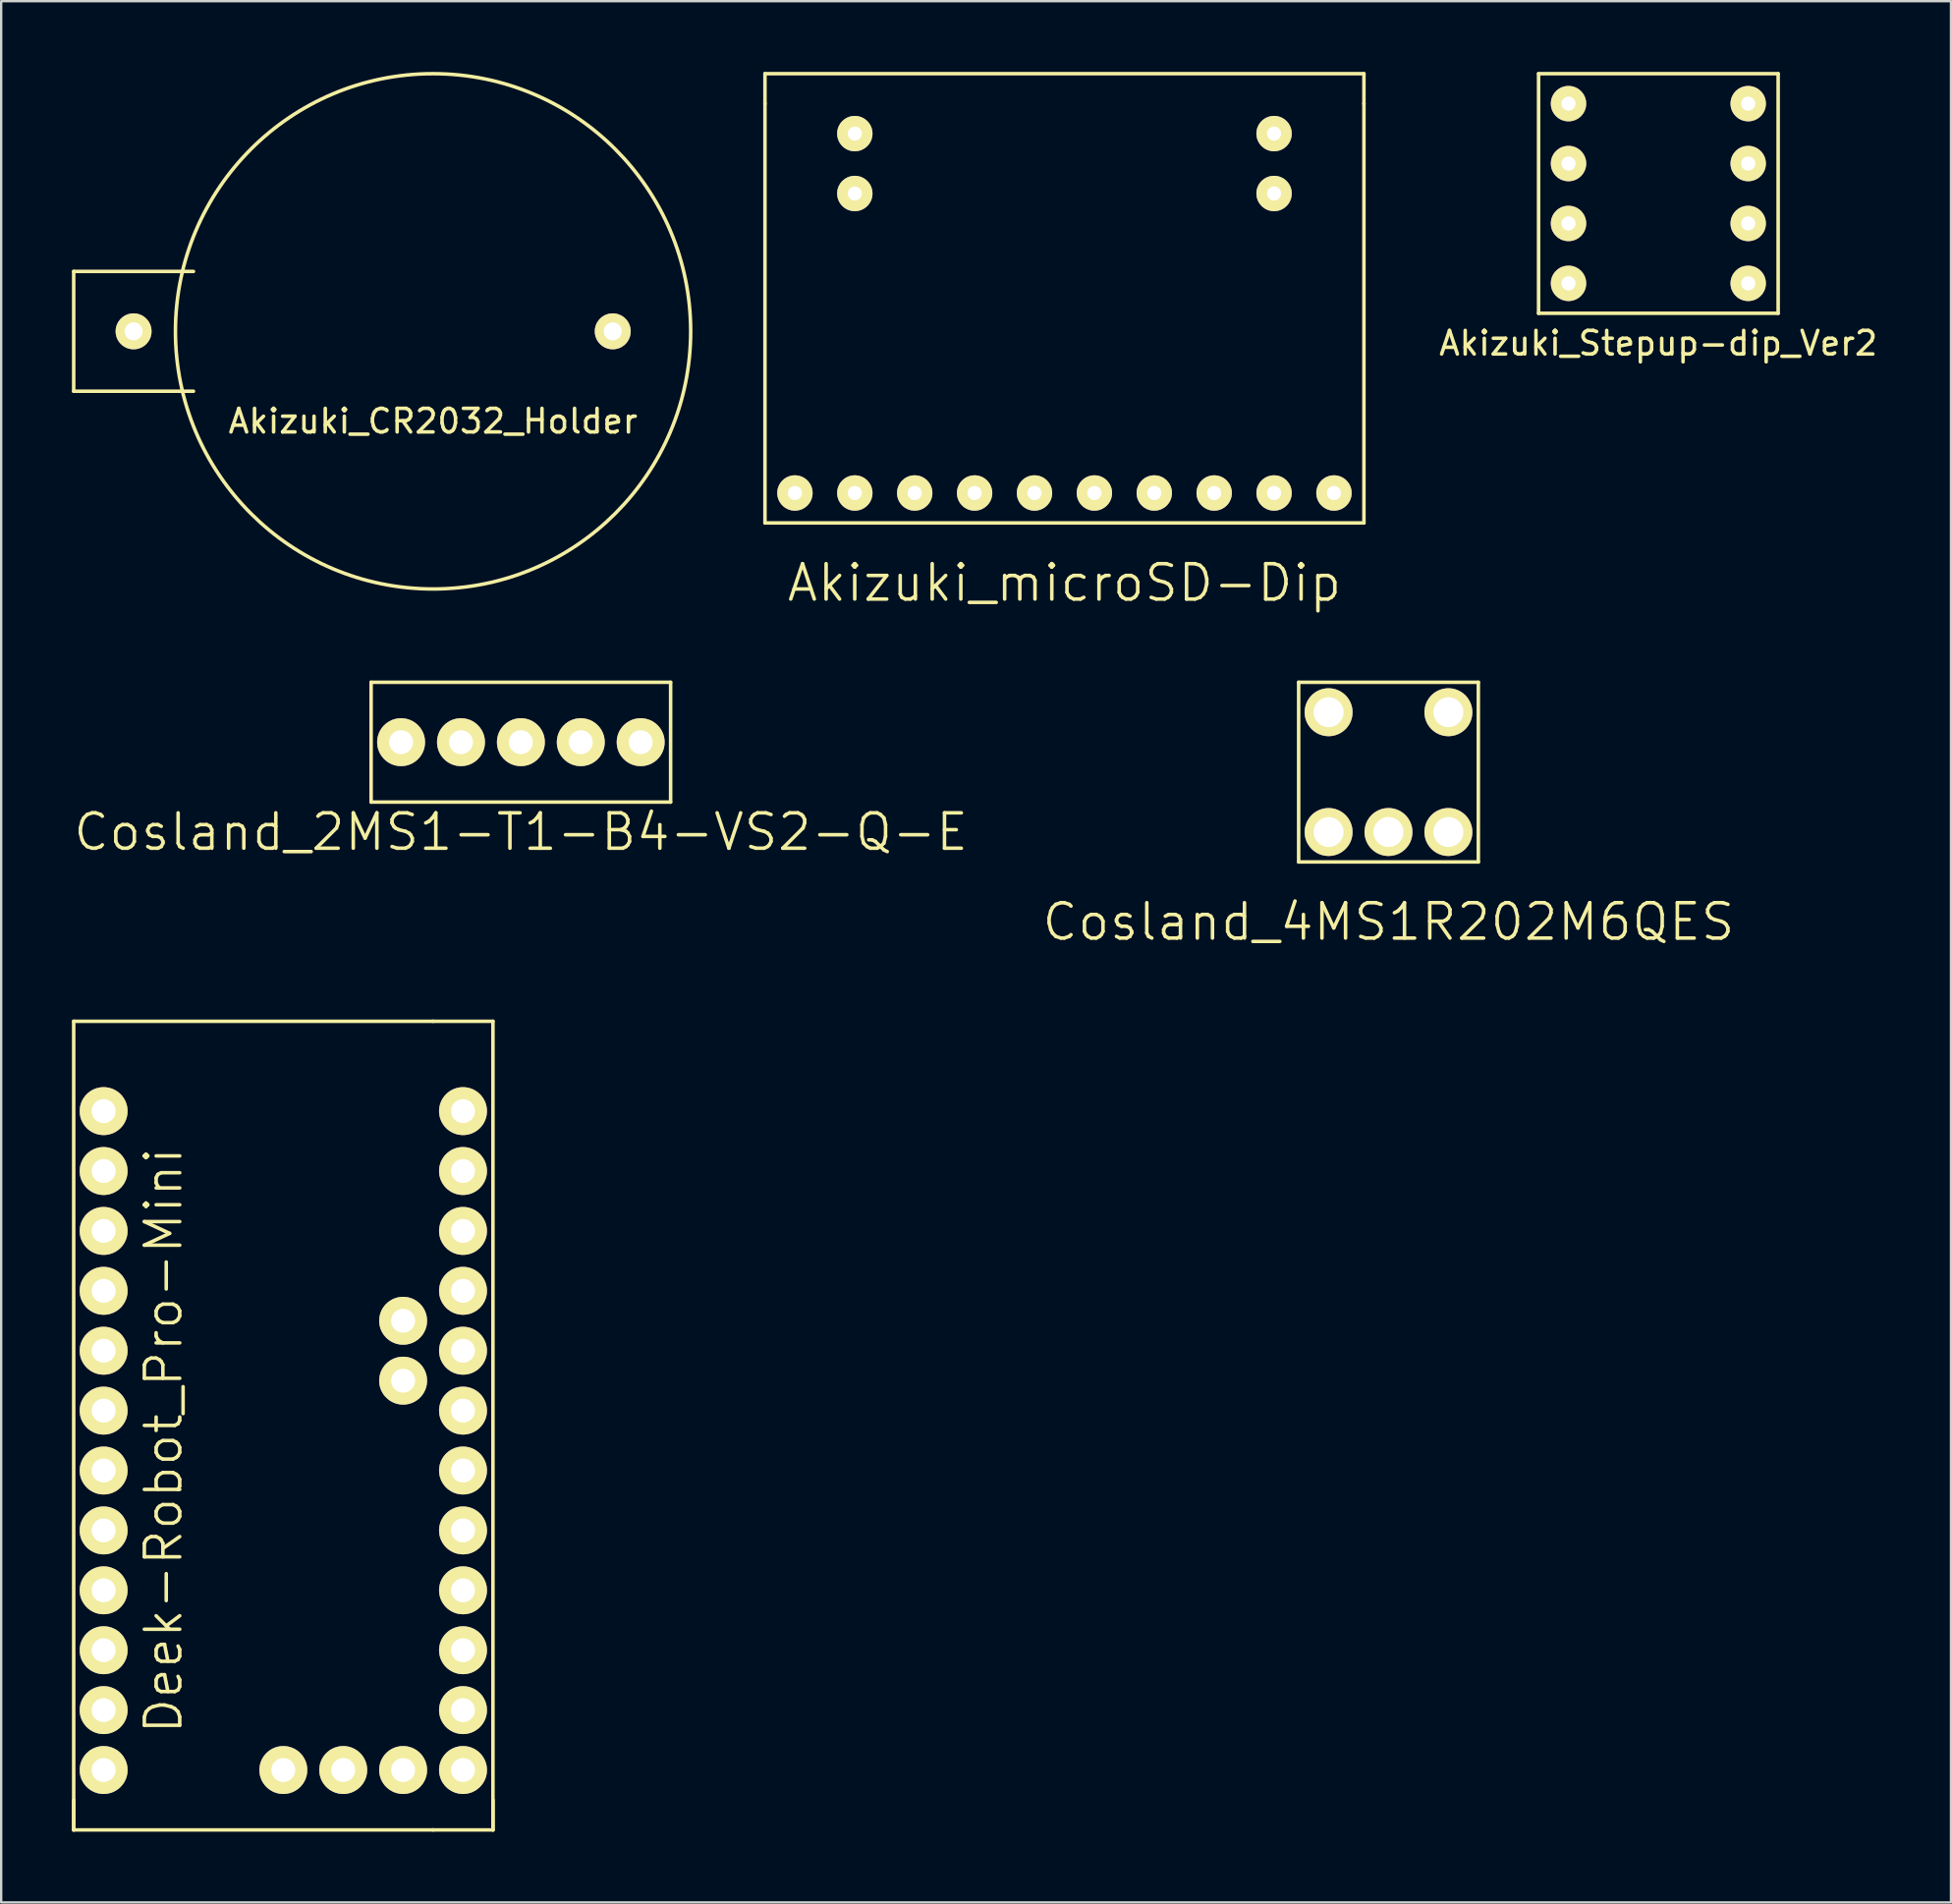
<source format=kicad_pcb>
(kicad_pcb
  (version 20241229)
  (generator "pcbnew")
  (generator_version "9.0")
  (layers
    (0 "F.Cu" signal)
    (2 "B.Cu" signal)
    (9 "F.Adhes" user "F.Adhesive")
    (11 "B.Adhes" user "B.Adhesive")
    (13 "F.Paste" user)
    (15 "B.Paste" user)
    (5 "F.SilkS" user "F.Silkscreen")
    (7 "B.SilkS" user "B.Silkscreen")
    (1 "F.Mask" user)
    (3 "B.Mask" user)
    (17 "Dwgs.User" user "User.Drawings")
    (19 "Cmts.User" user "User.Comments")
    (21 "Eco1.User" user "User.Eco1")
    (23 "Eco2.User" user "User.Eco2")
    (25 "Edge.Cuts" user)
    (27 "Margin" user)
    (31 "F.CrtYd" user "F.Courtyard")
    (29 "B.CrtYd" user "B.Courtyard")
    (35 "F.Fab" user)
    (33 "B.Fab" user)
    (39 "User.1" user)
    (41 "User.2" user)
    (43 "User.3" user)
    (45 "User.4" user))
  (footprint "Cosland_2MS1-T1-B4-VS2-Q-E"
    (layer "F.Cu")
    (at 16.499 28.421)
    (property "Reference" "Cosland_2MS1-T1-B4-VS2-Q-E" (at 2.54 3.81 0) (layer "F.SilkS") (effects (font (size 1.5 1.5) (thickness 0.15))))
    (attr through_hole)
    (fp_line (start -3.81 -2.54) (end 8.89 -2.54) (stroke (width 0.15) (type solid)) (layer "F.SilkS"))
    (fp_line (start -3.81 2.54) (end -3.81 -2.54) (stroke (width 0.15) (type solid)) (layer "F.SilkS"))
    (fp_line (start 8.89 -2.54) (end 8.89 2.54) (stroke (width 0.15) (type solid)) (layer "F.SilkS"))
    (fp_line (start 8.89 2.54) (end -3.81 2.54) (stroke (width 0.15) (type solid)) (layer "F.SilkS"))
    (pad "" thru_hole circle (at -2.54 0) (size 2.032 2.032) (drill 1.016) (layers "*.Cu" "*.Mask" "F.SilkS"))
    (pad "" thru_hole circle (at 7.62 0) (size 2.032 2.032) (drill 1.016) (layers "*.Cu" "*.Mask" "F.SilkS"))
    (pad "1" thru_hole circle (at 0 0) (size 2.032 2.032) (drill 1.016) (layers "*.Cu" "*.Mask" "F.SilkS"))
    (pad "2" thru_hole circle (at 2.54 0) (size 2.032 2.032) (drill 1.016) (layers "*.Cu" "*.Mask" "F.SilkS"))
    (pad "3" thru_hole circle (at 5.08 0) (size 2.032 2.032) (drill 1.016) (layers "*.Cu" "*.Mask" "F.SilkS")))
  (footprint "Akizuki_Stepup-dip_Ver2"
    (layer "F.Cu")
    (at 67.276 5.155)
    (property "Reference" "Akizuki_Stepup-dip_Ver2" (at 0 6.35 0) (layer "F.SilkS") (effects (font (size 1 1) (thickness 0.15))))
    (attr through_hole)
    (fp_line (start -5.08 -5.08) (end 5.08 -5.08) (stroke (width 0.15) (type solid)) (layer "F.SilkS"))
    (fp_line (start -5.08 5.08) (end -5.08 -5.08) (stroke (width 0.15) (type solid)) (layer "F.SilkS"))
    (fp_line (start 5.08 -5.08) (end 5.08 5.08) (stroke (width 0.15) (type solid)) (layer "F.SilkS"))
    (fp_line (start 5.08 5.08) (end -5.08 5.08) (stroke (width 0.15) (type solid)) (layer "F.SilkS"))
    (pad "1" thru_hole circle (at -3.81 -3.81) (size 1.5 1.5) (drill 0.6) (layers "*.Cu" "*.Mask" "F.SilkS"))
    (pad "2" thru_hole circle (at -3.81 -1.27) (size 1.5 1.5) (drill 0.6) (layers "*.Cu" "*.Mask" "F.SilkS"))
    (pad "3" thru_hole circle (at -3.81 1.27) (size 1.5 1.5) (drill 0.6) (layers "*.Cu" "*.Mask" "F.SilkS"))
    (pad "4" thru_hole circle (at -3.81 3.81) (size 1.5 1.5) (drill 0.6) (layers "*.Cu" "*.Mask" "F.SilkS"))
    (pad "5" thru_hole circle (at 3.81 3.81) (size 1.5 1.5) (drill 0.6) (layers "*.Cu" "*.Mask" "F.SilkS"))
    (pad "6" thru_hole circle (at 3.81 1.27) (size 1.5 1.5) (drill 0.6) (layers "*.Cu" "*.Mask" "F.SilkS"))
    (pad "7" thru_hole circle (at 3.81 -1.27) (size 1.5 1.5) (drill 0.6) (layers "*.Cu" "*.Mask" "F.SilkS"))
    (pad "8" thru_hole circle (at 3.81 -3.81) (size 1.5 1.5) (drill 0.6) (layers "*.Cu" "*.Mask" "F.SilkS")))
  (footprint "Akizuki_microSD-Dip"
    (layer "F.Cu")
    (at 42.09 17.855)
    (property "Reference" "Akizuki_microSD-Dip" (at 0 3.81 0) (layer "F.SilkS") (effects (font (size 1.5 1.5) (thickness 0.15))))
    (attr through_hole)
    (fp_line (start -12.7 -17.78) (end -12.7 -16.51) (stroke (width 0.15) (type solid)) (layer "F.SilkS"))
    (fp_line (start -12.7 1.27) (end -12.7 -16.51) (stroke (width 0.15) (type solid)) (layer "F.SilkS"))
    (fp_line (start 12.7 -17.78) (end -12.7 -17.78) (stroke (width 0.15) (type solid)) (layer "F.SilkS"))
    (fp_line (start 12.7 -16.51) (end 12.7 -17.78) (stroke (width 0.15) (type solid)) (layer "F.SilkS"))
    (fp_line (start 12.7 -16.51) (end 12.7 1.27) (stroke (width 0.15) (type solid)) (layer "F.SilkS"))
    (fp_line (start 12.7 1.27) (end -12.7 1.27) (stroke (width 0.15) (type solid)) (layer "F.SilkS"))
    (pad "" thru_hole circle (at -8.89 -15.24) (size 1.5 1.5) (drill 0.6) (layers "*.Cu" "*.Mask" "F.SilkS"))
    (pad "" thru_hole circle (at -8.89 -12.7) (size 1.5 1.5) (drill 0.6) (layers "*.Cu" "*.Mask" "F.SilkS"))
    (pad "" thru_hole circle (at 8.89 -15.24) (size 1.5 1.5) (drill 0.6) (layers "*.Cu" "*.Mask" "F.SilkS"))
    (pad "" thru_hole circle (at 8.89 -12.7) (size 1.5 1.5) (drill 0.6) (layers "*.Cu" "*.Mask" "F.SilkS"))
    (pad "1" thru_hole circle (at -11.43 0) (size 1.5 1.5) (drill 0.6) (layers "*.Cu" "*.Mask" "F.SilkS"))
    (pad "2" thru_hole circle (at -8.89 0) (size 1.5 1.5) (drill 0.6) (layers "*.Cu" "*.Mask" "F.SilkS"))
    (pad "3" thru_hole circle (at -6.35 0) (size 1.5 1.5) (drill 0.6) (layers "*.Cu" "*.Mask" "F.SilkS"))
    (pad "4" thru_hole circle (at -3.81 0) (size 1.5 1.5) (drill 0.6) (layers "*.Cu" "*.Mask" "F.SilkS"))
    (pad "5" thru_hole circle (at -1.27 0) (size 1.5 1.5) (drill 0.6) (layers "*.Cu" "*.Mask" "F.SilkS"))
    (pad "6" thru_hole circle (at 1.27 0) (size 1.5 1.5) (drill 0.6) (layers "*.Cu" "*.Mask" "F.SilkS"))
    (pad "7" thru_hole circle (at 3.81 0) (size 1.5 1.5) (drill 0.6) (layers "*.Cu" "*.Mask" "F.SilkS"))
    (pad "8" thru_hole circle (at 6.35 0) (size 1.5 1.5) (drill 0.6) (layers "*.Cu" "*.Mask" "F.SilkS"))
    (pad "9" thru_hole circle (at 8.89 0) (size 1.5 1.5) (drill 0.6) (layers "*.Cu" "*.Mask" "F.SilkS"))
    (pad "10" thru_hole circle (at 11.43 0) (size 1.5 1.5) (drill 0.6) (layers "*.Cu" "*.Mask" "F.SilkS")))
  (footprint "Deek-Robot_Pro-Mini"
    (layer "F.Cu")
    (at 8.965 58.036)
    (property "Reference" "Deek-Robot_Pro-Mini" (at -5.08 0 90) (layer "F.SilkS") (effects (font (size 1.5 1.5) (thickness 0.15))))
    (attr through_hole)
    (fp_line (start -8.89 -17.78) (end -8.89 16.51) (stroke (width 0.15) (type solid)) (layer "F.SilkS"))
    (fp_line (start -8.89 -17.78) (end 6.35 -17.78) (stroke (width 0.15) (type solid)) (layer "F.SilkS"))
    (fp_line (start -8.89 16.51) (end -8.89 15.24) (stroke (width 0.15) (type solid)) (layer "F.SilkS"))
    (fp_line (start 6.35 16.51) (end -8.89 16.51) (stroke (width 0.15) (type solid)) (layer "F.SilkS"))
    (fp_line (start 8.89 -17.78) (end 6.35 -17.78) (stroke (width 0.15) (type solid)) (layer "F.SilkS"))
    (fp_line (start 8.89 15.24) (end 8.89 16.51) (stroke (width 0.15) (type solid)) (layer "F.SilkS"))
    (fp_line (start 8.89 16.51) (end 6.35 16.51) (stroke (width 0.15) (type solid)) (layer "F.SilkS"))
    (fp_line (start 8.89 16.51) (end 8.89 -17.78) (stroke (width 0.15) (type solid)) (layer "F.SilkS"))
    (pad "1" thru_hole circle (at -7.62 -6.35) (size 2.032 2.032) (drill 1.016) (layers "*.Cu" "*.Mask" "F.SilkS"))
    (pad "2" thru_hole circle (at -7.62 -3.81) (size 2.032 2.032) (drill 1.016) (layers "*.Cu" "*.Mask" "F.SilkS"))
    (pad "3" thru_hole circle (at -7.62 -1.27) (size 2.032 2.032) (drill 1.016) (layers "*.Cu" "*.Mask" "F.SilkS"))
    (pad "4" thru_hole circle (at -7.62 1.27) (size 2.032 2.032) (drill 1.016) (layers "*.Cu" "*.Mask" "F.SilkS"))
    (pad "5" thru_hole circle (at -7.62 3.81) (size 2.032 2.032) (drill 1.016) (layers "*.Cu" "*.Mask" "F.SilkS"))
    (pad "6" thru_hole circle (at -7.62 6.35) (size 2.032 2.032) (drill 1.016) (layers "*.Cu" "*.Mask" "F.SilkS"))
    (pad "7" thru_hole circle (at -7.62 8.89) (size 2.032 2.032) (drill 1.016) (layers "*.Cu" "*.Mask" "F.SilkS"))
    (pad "8" thru_hole circle (at -7.62 11.43) (size 2.032 2.032) (drill 1.016) (layers "*.Cu" "*.Mask" "F.SilkS"))
    (pad "9" thru_hole circle (at -7.62 13.97) (size 2.032 2.032) (drill 1.016) (layers "*.Cu" "*.Mask" "F.SilkS"))
    (pad "10" thru_hole circle (at 7.62 13.97) (size 2.032 2.032) (drill 1.016) (layers "*.Cu" "*.Mask" "F.SilkS"))
    (pad "11" thru_hole circle (at 7.62 11.43) (size 2.032 2.032) (drill 1.016) (layers "*.Cu" "*.Mask" "F.SilkS"))
    (pad "12" thru_hole circle (at 7.62 8.89) (size 2.032 2.032) (drill 1.016) (layers "*.Cu" "*.Mask" "F.SilkS"))
    (pad "13" thru_hole circle (at 7.62 6.35) (size 2.032 2.032) (drill 1.016) (layers "*.Cu" "*.Mask" "F.SilkS"))
    (pad "14" thru_hole circle (at 7.62 3.81) (size 2.032 2.032) (drill 1.016) (layers "*.Cu" "*.Mask" "F.SilkS"))
    (pad "15" thru_hole circle (at 7.62 1.27) (size 2.032 2.032) (drill 1.016) (layers "*.Cu" "*.Mask" "F.SilkS"))
    (pad "16" thru_hole circle (at 7.62 -1.27) (size 2.032 2.032) (drill 1.016) (layers "*.Cu" "*.Mask" "F.SilkS"))
    (pad "17" thru_hole circle (at 7.62 -3.81) (size 2.032 2.032) (drill 1.016) (layers "*.Cu" "*.Mask" "F.SilkS"))
    (pad "18" thru_hole circle (at 5.08 -2.54) (size 2.032 2.032) (drill 1.016) (layers "*.Cu" "*.Mask" "F.SilkS"))
    (pad "19" thru_hole circle (at 5.08 -5.08) (size 2.032 2.032) (drill 1.016) (layers "*.Cu" "*.Mask" "F.SilkS"))
    (pad "20" thru_hole circle (at 2.54 13.97) (size 2.032 2.032) (drill 1.016) (layers "*.Cu" "*.Mask" "F.SilkS"))
    (pad "21" thru_hole circle (at 5.08 13.97) (size 2.032 2.032) (drill 1.016) (layers "*.Cu" "*.Mask" "F.SilkS"))
    (pad "22" thru_hole circle (at -7.62 -8.89) (size 2.032 2.032) (drill 1.016) (layers "*.Cu" "*.Mask" "F.SilkS"))
    (pad "23" thru_hole circle (at 7.62 -13.97) (size 2.032 2.032) (drill 1.016) (layers "*.Cu" "*.Mask" "F.SilkS"))
    (pad "24" thru_hole circle (at -7.62 -13.97) (size 2.032 2.032) (drill 1.016) (layers "*.Cu" "*.Mask" "F.SilkS"))
    (pad "25" thru_hole circle (at -7.62 -11.43) (size 2.032 2.032) (drill 1.016) (layers "*.Cu" "*.Mask" "F.SilkS"))
    (pad "26" thru_hole circle (at 7.62 -6.35) (size 2.032 2.032) (drill 1.016) (layers "*.Cu" "*.Mask" "F.SilkS"))
    (pad "27" thru_hole circle (at 7.62 -8.89) (size 2.032 2.032) (drill 1.016) (layers "*.Cu" "*.Mask" "F.SilkS"))
    (pad "28" thru_hole circle (at 0 13.97) (size 2.032 2.032) (drill 1.016) (layers "*.Cu" "*.Mask" "F.SilkS"))
    (pad "29" thru_hole circle (at 7.62 -11.43) (size 2.032 2.032) (drill 1.016) (layers "*.Cu" "*.Mask" "F.SilkS")))
  (footprint "Akizuki_CR2032_Holder"
    (layer "F.Cu")
    (at 15.315 11)
    (property "Reference" "Akizuki_CR2032_Holder" (at 0 3.81 0) (layer "F.SilkS") (effects (font (size 1 1) (thickness 0.15))))
    (attr through_hole)
    (fp_line (start -15.24 -2.54) (end -10.16 -2.54) (stroke (width 0.15) (type solid)) (layer "F.SilkS"))
    (fp_line (start -15.24 2.54) (end -15.24 -2.54) (stroke (width 0.15) (type solid)) (layer "F.SilkS"))
    (fp_line (start -10.16 2.54) (end -15.24 2.54) (stroke (width 0.15) (type solid)) (layer "F.SilkS"))
    (fp_circle (center 0 0) (end 8.89 6.35) (stroke (width 0.15) (type solid)) (fill no) (layer "F.SilkS"))
    (pad "1" thru_hole circle (at -12.7 0) (size 1.524 1.524) (drill 0.762) (layers "*.Cu" "*.Mask" "F.SilkS"))
    (pad "2" thru_hole circle (at 7.62 0) (size 1.524 1.524) (drill 0.762) (layers "*.Cu" "*.Mask" "F.SilkS")))
  (footprint "Cosland_4MS1R202M6QES"
    (layer "F.Cu")
    (at 53.292 32.231)
    (property "Reference" "Cosland_4MS1R202M6QES" (at 2.54 3.81 0) (layer "F.SilkS") (effects (font (size 1.5 1.5) (thickness 0.15))))
    (attr through_hole)
    (fp_line (start -1.27 -6.35) (end -1.27 1.27) (stroke (width 0.15) (type solid)) (layer "F.SilkS"))
    (fp_line (start -1.27 1.27) (end 6.35 1.27) (stroke (width 0.15) (type solid)) (layer "F.SilkS"))
    (fp_line (start 6.35 -6.35) (end -1.27 -6.35) (stroke (width 0.15) (type solid)) (layer "F.SilkS"))
    (fp_line (start 6.35 1.27) (end 6.35 -6.35) (stroke (width 0.15) (type solid)) (layer "F.SilkS"))
    (pad "" thru_hole circle (at 0 -5.08) (size 2.032 2.032) (drill 1.27) (layers "*.Cu" "*.Mask" "F.SilkS"))
    (pad "" thru_hole circle (at 5.08 -5.08) (size 2.032 2.032) (drill 1.27) (layers "*.Cu" "*.Mask" "F.SilkS"))
    (pad "1" thru_hole circle (at 0 0) (size 2.032 2.032) (drill 1.27) (layers "*.Cu" "*.Mask" "F.SilkS"))
    (pad "2" thru_hole circle (at 2.54 0) (size 2.032 2.032) (drill 1.27) (layers "*.Cu" "*.Mask" "F.SilkS"))
    (pad "3" thru_hole circle (at 5.08 0) (size 2.032 2.032) (drill 1.27) (layers "*.Cu" "*.Mask" "F.SilkS")))
  (gr_rect
    (start -3 -3)
    (end 79.686 77.621)
    (stroke (width 0.1) (type default))
    (fill no)
    (layer "Edge.Cuts")))
</source>
